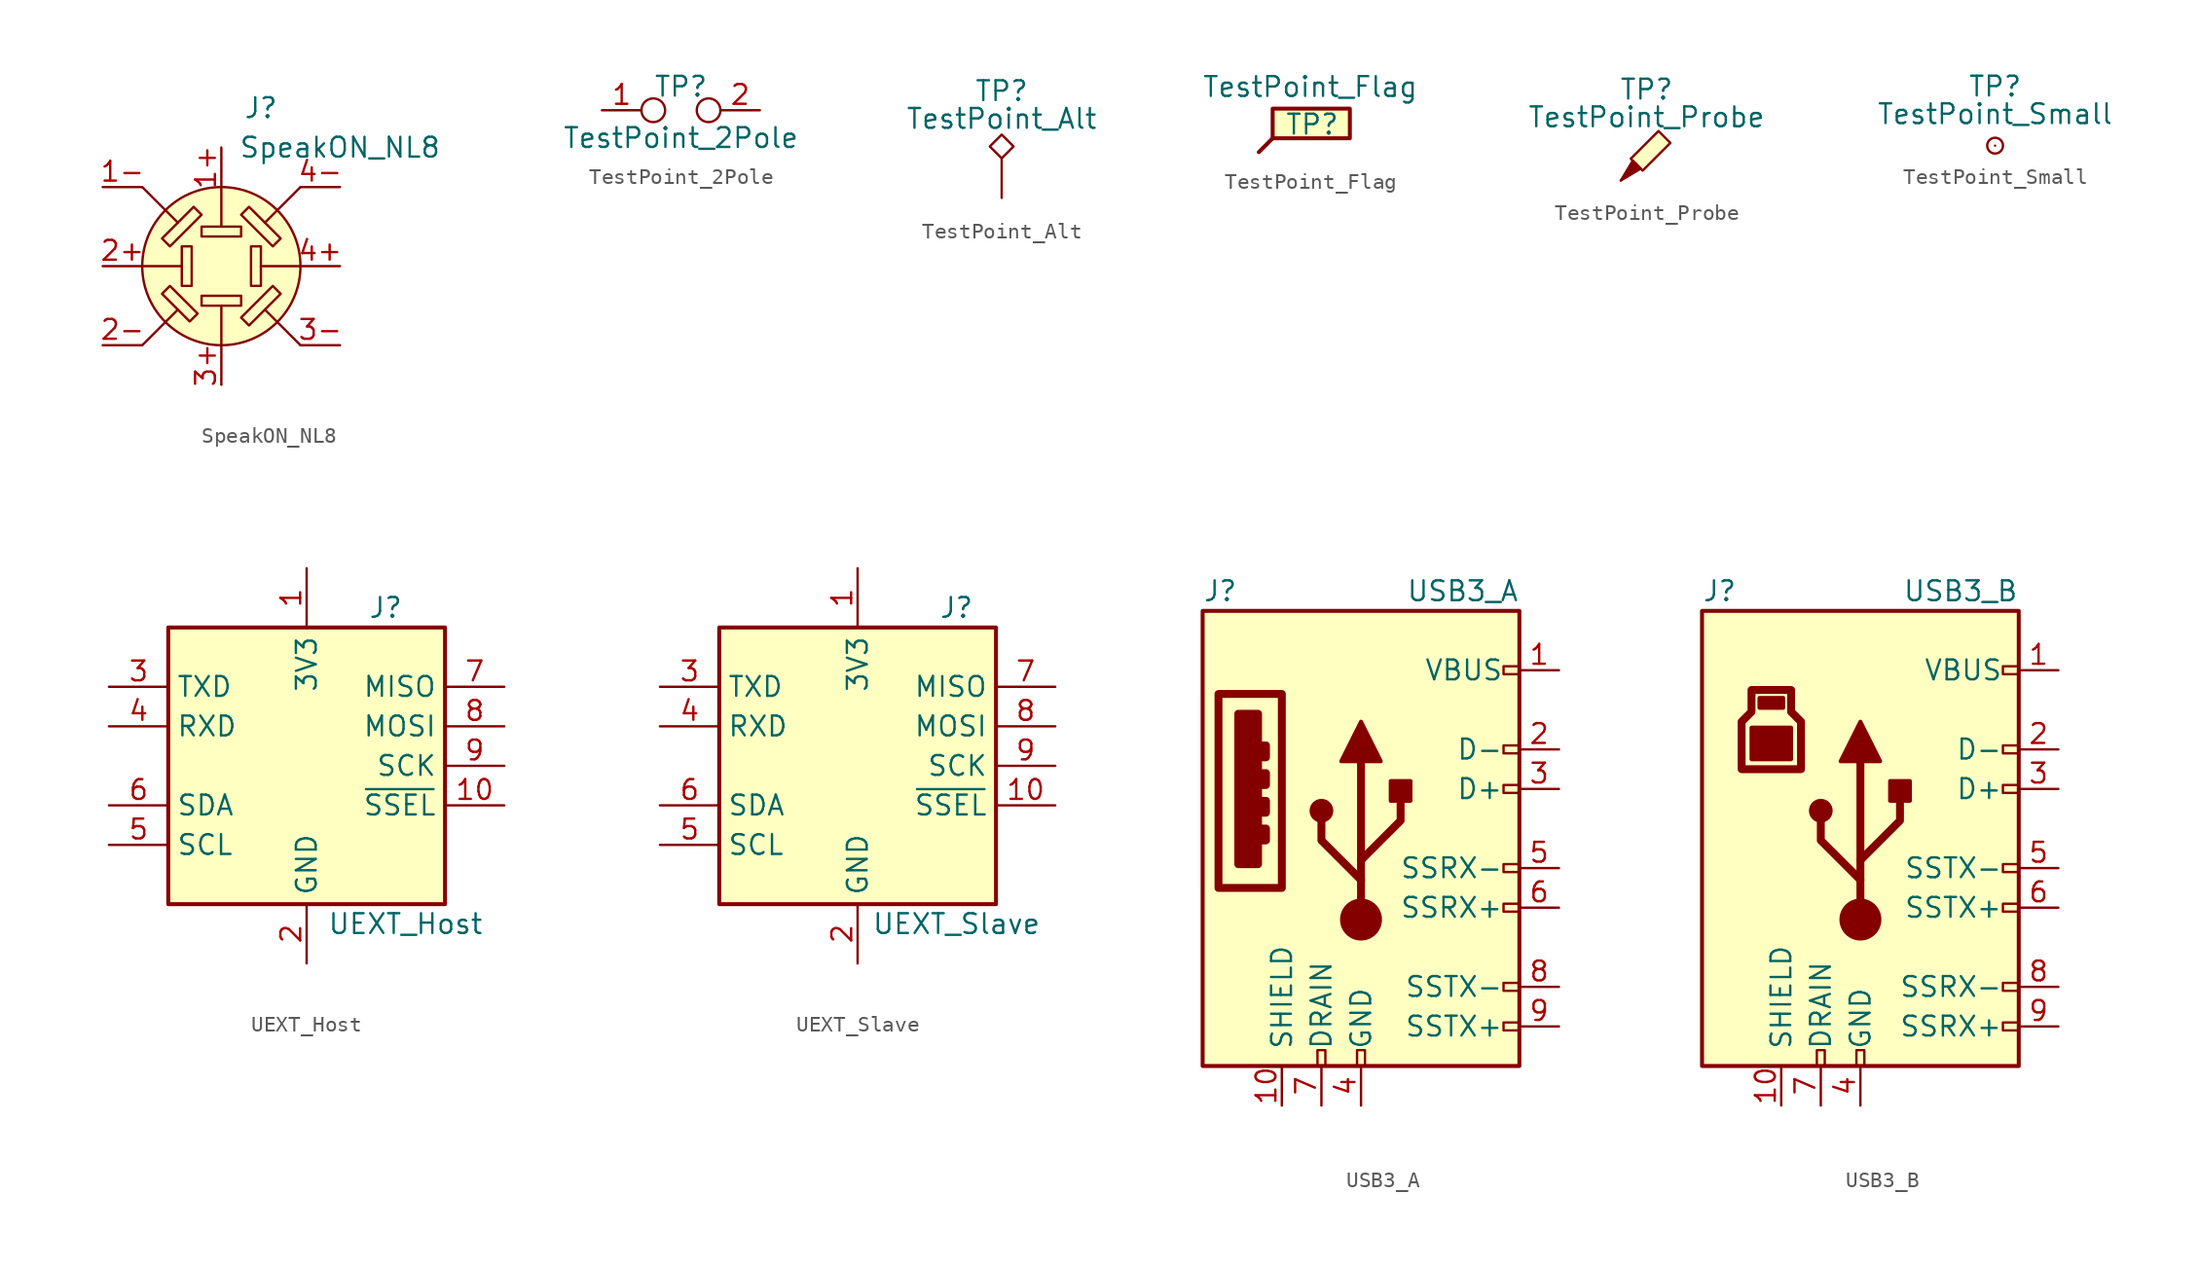
<source format=kicad_sym>
(kicad_symbol_lib
  (version 20220914)
  (generator kicad_symbol_editor)
  (symbol "SpeakON_NL8"
    (pin_names hide)
    (property "Reference" "J"
      (at 2.54 10.16 0)
      (effects (font (size 1.27 1.27))))
    (property "Value" "SpeakON_NL8"
      (at 7.62 7.62 0)
      (effects (font (size 1.27 1.27))))
    (symbol "SpeakON_NL8_0_1"
      (rectangle (start -2.54 1.27) (end -1.905 -1.27) (stroke (width 0) (type solid)) (fill (type none)))
      (rectangle (start -1.27 -2.54) (end 1.27 -1.905) (stroke (width 0) (type solid)) (fill (type none)))
      (rectangle (start -1.27 2.54) (end 1.27 1.905) (stroke (width 0) (type solid)) (fill (type none)))
      (polyline (pts (xy -5.08 -5.08) (xy -2.794 -2.794)) (stroke (width 0) (type solid)) (fill (type none)))
      (polyline (pts (xy -5.08 0) (xy -2.54 0)) (stroke (width 0) (type solid)) (fill (type none)))
      (polyline (pts (xy -2.794 2.794) (xy -5.08 5.08)) (stroke (width 0) (type solid)) (fill (type none)))
      (polyline (pts (xy 0 -5.08) (xy 0 -2.54)) (stroke (width 0) (type solid)) (fill (type none)))
      (polyline (pts (xy 0 5.08) (xy 0 2.54)) (stroke (width 0) (type solid)) (fill (type none)))
      (polyline (pts (xy 5.08 -5.08) (xy 2.794 -2.794)) (stroke (width 0) (type solid)) (fill (type none)))
      (polyline (pts (xy 5.08 0) (xy 2.54 0)) (stroke (width 0) (type solid)) (fill (type none)))
      (polyline (pts (xy 5.08 5.08) (xy 2.794 2.794)) (stroke (width 0) (type solid)) (fill (type none)))
      (polyline (pts (xy -3.302 -1.27) (xy -1.524 -3.048) (xy -2.032 -3.556) (xy -3.81 -1.778) (xy -3.302 -1.27)) (stroke (width 0) (type solid)) (fill (type none)))
      (polyline (pts (xy -1.27 3.302) (xy -3.302 1.27) (xy -3.81 1.778) (xy -1.778 3.81) (xy -1.27 3.302)) (stroke (width 0) (type solid)) (fill (type none)))
      (polyline (pts (xy 1.27 3.302) (xy 3.302 1.27) (xy 3.81 1.778) (xy 1.778 3.81) (xy 1.27 3.302)) (stroke (width 0) (type solid)) (fill (type none)))
      (polyline (pts (xy 3.302 -1.27) (xy 1.27 -3.302) (xy 1.778 -3.81) (xy 3.81 -1.778) (xy 3.302 -1.27)) (stroke (width 0) (type solid)) (fill (type none)))
      (circle (center 0 0) (radius 5.08) (stroke (width 0) (type solid)) (fill (type background)))
      (rectangle (start 2.54 1.27) (end 1.905 -1.27) (stroke (width 0) (type solid)) (fill (type none)))
      (pin passive line (at -7.62 5.08 0) (length 2.54) (name "1-" (effects (font (size 1.27 1.27)))) (number "1-" (effects (font (size 1.27 1.27)))))
      (pin passive line (at -7.62 0 0) (length 2.54) (name "2+" (effects (font (size 1.27 1.27)))) (number "2+" (effects (font (size 1.27 1.27)))))
      (pin passive line (at -7.62 -5.08 0) (length 2.54) (name "2-" (effects (font (size 1.27 1.27)))) (number "2-" (effects (font (size 1.27 1.27)))))
      (pin passive line (at 0 -7.62 90) (length 2.54) (name "3+" (effects (font (size 1.27 1.27)))) (number "3+" (effects (font (size 1.27 1.27)))))
      (pin passive line (at 7.62 -5.08 180) (length 2.54) (name "3-" (effects (font (size 1.27 1.27)))) (number "3-" (effects (font (size 1.27 1.27)))))
      (pin passive line (at 7.62 0 180) (length 2.54) (name "4+" (effects (font (size 1.27 1.27)))) (number "4+" (effects (font (size 1.27 1.27)))))
      (pin passive line (at 7.62 5.08 180) (length 2.54) (name "4-" (effects (font (size 1.27 1.27)))) (number "4-" (effects (font (size 1.27 1.27))))))
    (symbol "SpeakON_NL8_1_1"
      (pin passive line (at 0 7.62 270) (length 2.54) (name "1+" (effects (font (size 1.27 1.27)))) (number "1+" (effects (font (size 1.27 1.27)))))))
  (symbol "TestPoint_2Pole"
    (pin_names
      (offset 0.762) hide)
    (property "Reference" "TP"
      (at 0 1.524 0)
      (effects (font (size 1.27 1.27))))
    (property "Value" "TestPoint_2Pole"
      (at 0 -1.778 0)
      (effects (font (size 1.27 1.27))))
    (symbol "TestPoint_2Pole_0_1"
      (circle (center -1.778 0) (radius 0.762) (stroke (width 0) (type solid)) (fill (type none)))
      (circle (center 1.778 0) (radius 0.762) (stroke (width 0) (type solid)) (fill (type none)))
      (pin passive line (at -5.08 0 0) (length 2.54) (name "1" (effects (font (size 1.27 1.27)))) (number "1" (effects (font (size 1.27 1.27)))))
      (pin passive line (at 5.08 0 180) (length 2.54) (name "2" (effects (font (size 1.27 1.27)))) (number "2" (effects (font (size 1.27 1.27)))))))
  (symbol "TestPoint_Alt"
    (pin_numbers hide)
    (pin_names
      (offset 0.762) hide)
    (property "Reference" "TP"
      (at 0 6.858 0)
      (effects (font (size 1.27 1.27))))
    (property "Value" "TestPoint_Alt"
      (at 0 5.08 0)
      (effects (font (size 1.27 1.27))))
    (symbol "TestPoint_Alt_0_1"
      (polyline (pts (xy 0 2.54) (xy -0.762 3.302) (xy 0 4.064) (xy 0.762 3.302) (xy 0 2.54)) (stroke (width 0) (type solid)) (fill (type none))))
    (symbol "TestPoint_Alt_1_1"
      (pin passive line (at 0 0 90) (length 2.54) (name "1" (effects (font (size 1.27 1.27)))) (number "1" (effects (font (size 1.27 1.27)))))))
  (symbol "TestPoint_Flag"
    (pin_numbers hide)
    (pin_names
      (offset 0.762) hide)
    (property "Reference" "TP"
      (at 3.429 1.778 0)
      (effects (font (size 1.27 1.27))))
    (property "Value" "TestPoint_Flag"
      (at 3.302 4.191 0)
      (effects (font (size 1.27 1.27))))
    (symbol "TestPoint_Flag_0_1"
      (polyline (pts (xy 0 0) (xy 0.889 0.889)) (stroke (width 0.254) (type solid)) (fill (type none)))
      (rectangle (start 0.889 2.794) (end 5.842 0.889) (stroke (width 0.254) (type solid)) (fill (type background))))
    (symbol "TestPoint_Flag_1_1"
      (pin passive line (at 0 0 90) (length 0) (name "1" (effects (font (size 1.27 1.27)))) (number "1" (effects (font (size 1.27 1.27)))))))
  (symbol "TestPoint_Probe"
    (pin_numbers hide)
    (pin_names
      (offset 0.762) hide)
    (property "Reference" "TP"
      (at 1.651 5.842 0)
      (effects (font (size 1.27 1.27))))
    (property "Value" "TestPoint_Probe"
      (at 1.651 4.064 0)
      (effects (font (size 1.27 1.27))))
    (symbol "TestPoint_Probe_0_1"
      (polyline (pts (xy 1.27 0.762) (xy 0 0) (xy 0.762 1.27) (xy 1.27 0.762)) (stroke (width 0) (type solid)) (fill (type outline)))
      (polyline (pts (xy 1.397 0.635) (xy 0.635 1.397) (xy 2.413 3.175) (xy 3.175 2.413) (xy 1.397 0.635)) (stroke (width 0) (type solid)) (fill (type background))))
    (symbol "TestPoint_Probe_1_1"
      (pin passive line (at 0 0 90) (length 0) (name "1" (effects (font (size 1.27 1.27)))) (number "1" (effects (font (size 1.27 1.27)))))))
  (symbol "TestPoint_Small"
    (pin_numbers hide)
    (pin_names
      (offset 0.762) hide)
    (property "Reference" "TP"
      (at 0 3.81 0)
      (effects (font (size 1.27 1.27))))
    (property "Value" "TestPoint_Small"
      (at 0 2.032 0)
      (effects (font (size 1.27 1.27))))
    (symbol "TestPoint_Small_0_1"
      (circle (center 0 0) (radius 0.508) (stroke (width 0) (type solid)) (fill (type none))))
    (symbol "TestPoint_Small_1_1"
      (pin passive line (at 0 0 90) (length 0) (name "1" (effects (font (size 1.27 1.27)))) (number "1" (effects (font (size 1.27 1.27)))))))
  (symbol "UEXT_Host"
    (property "Reference" "J"
      (at 5.08 10.16 0)
      (effects (font (size 1.27 1.27))))
    (property "Value" "UEXT_Host"
      (at 6.35 -10.16 0)
      (effects (font (size 1.27 1.27))))
    (symbol "UEXT_Host_1_1"
      (rectangle (start -8.89 8.89) (end 8.89 -8.89) (stroke (width 0.254) (type solid)) (fill (type background)))
      (pin power_in line (at 0 12.7 270) (length 3.81) (name "3V3" (effects (font (size 1.27 1.27)))) (number "1" (effects (font (size 1.27 1.27)))))
      (pin output line (at 12.7 -2.54 180) (length 3.81) (name "~{SSEL}" (effects (font (size 1.27 1.27)))) (number "10" (effects (font (size 1.27 1.27)))))
      (pin power_in line (at 0 -12.7 90) (length 3.81) (name "GND" (effects (font (size 1.27 1.27)))) (number "2" (effects (font (size 1.27 1.27)))))
      (pin output line (at -12.7 5.08 0) (length 3.81) (name "TXD" (effects (font (size 1.27 1.27)))) (number "3" (effects (font (size 1.27 1.27)))))
      (pin input line (at -12.7 2.54 0) (length 3.81) (name "RXD" (effects (font (size 1.27 1.27)))) (number "4" (effects (font (size 1.27 1.27)))))
      (pin output line (at -12.7 -5.08 0) (length 3.81) (name "SCL" (effects (font (size 1.27 1.27)))) (number "5" (effects (font (size 1.27 1.27)))))
      (pin bidirectional line (at -12.7 -2.54 0) (length 3.81) (name "SDA" (effects (font (size 1.27 1.27)))) (number "6" (effects (font (size 1.27 1.27)))))
      (pin output line (at 12.7 5.08 180) (length 3.81) (name "MISO" (effects (font (size 1.27 1.27)))) (number "7" (effects (font (size 1.27 1.27)))))
      (pin input line (at 12.7 2.54 180) (length 3.81) (name "MOSI" (effects (font (size 1.27 1.27)))) (number "8" (effects (font (size 1.27 1.27)))))
      (pin output line (at 12.7 0 180) (length 3.81) (name "SCK" (effects (font (size 1.27 1.27)))) (number "9" (effects (font (size 1.27 1.27)))))))
  (symbol "UEXT_Slave"
    (property "Reference" "J"
      (at 6.35 10.16 0)
      (effects (font (size 1.27 1.27))))
    (property "Value" "UEXT_Slave"
      (at 6.35 -10.16 0)
      (effects (font (size 1.27 1.27))))
    (symbol "UEXT_Slave_1_1"
      (rectangle (start -8.89 8.89) (end 8.89 -8.89) (stroke (width 0.254) (type solid)) (fill (type background)))
      (pin power_out line (at 0 12.7 270) (length 3.81) (name "3V3" (effects (font (size 1.27 1.27)))) (number "1" (effects (font (size 1.27 1.27)))))
      (pin input line (at 12.7 -2.54 180) (length 3.81) (name "~{SSEL}" (effects (font (size 1.27 1.27)))) (number "10" (effects (font (size 1.27 1.27)))))
      (pin power_in line (at 0 -12.7 90) (length 3.81) (name "GND" (effects (font (size 1.27 1.27)))) (number "2" (effects (font (size 1.27 1.27)))))
      (pin input line (at -12.7 5.08 0) (length 3.81) (name "TXD" (effects (font (size 1.27 1.27)))) (number "3" (effects (font (size 1.27 1.27)))))
      (pin output line (at -12.7 2.54 0) (length 3.81) (name "RXD" (effects (font (size 1.27 1.27)))) (number "4" (effects (font (size 1.27 1.27)))))
      (pin input line (at -12.7 -5.08 0) (length 3.81) (name "SCL" (effects (font (size 1.27 1.27)))) (number "5" (effects (font (size 1.27 1.27)))))
      (pin bidirectional line (at -12.7 -2.54 0) (length 3.81) (name "SDA" (effects (font (size 1.27 1.27)))) (number "6" (effects (font (size 1.27 1.27)))))
      (pin input line (at 12.7 5.08 180) (length 3.81) (name "MISO" (effects (font (size 1.27 1.27)))) (number "7" (effects (font (size 1.27 1.27)))))
      (pin output line (at 12.7 2.54 180) (length 3.81) (name "MOSI" (effects (font (size 1.27 1.27)))) (number "8" (effects (font (size 1.27 1.27)))))
      (pin input line (at 12.7 0 180) (length 3.81) (name "SCK" (effects (font (size 1.27 1.27)))) (number "9" (effects (font (size 1.27 1.27)))))))
  (symbol "USB3_A"
    (pin_names
      (offset 1.016))
    (property "Reference" "J"
      (at -10.16 15.24 0)
      (effects (font (size 1.27 1.27)) (justify left)))
    (property "Value" "USB3_A"
      (at 10.16 15.24 0)
      (effects (font (size 1.27 1.27)) (justify right)))
    (symbol "USB3_A_0_0"
      (rectangle (start -9.144 8.636) (end -5.08 -3.81) (stroke (width 0.508) (type solid)) (fill (type none)))
      (rectangle (start -7.874 7.366) (end -6.604 -2.286) (stroke (width 0.508) (type solid)) (fill (type outline)))
      (rectangle (start -6.35 0) (end -6.096 -0.762) (stroke (width 0.508) (type solid)) (fill (type none)))
      (rectangle (start -6.35 1.778) (end -6.096 1.016) (stroke (width 0.508) (type solid)) (fill (type none)))
      (rectangle (start -6.35 3.556) (end -6.096 2.794) (stroke (width 0.508) (type solid)) (fill (type none)))
      (rectangle (start -6.35 5.334) (end -6.096 4.572) (stroke (width 0.508) (type solid)) (fill (type none)))
      (rectangle (start -2.794 -15.24) (end -2.286 -14.224) (stroke (width 0) (type solid)) (fill (type none)))
      (rectangle (start -0.254 -15.24) (end 0.254 -14.224) (stroke (width 0) (type solid)) (fill (type none)))
      (rectangle (start 10.16 -12.446) (end 9.144 -12.954) (stroke (width 0) (type solid)) (fill (type none)))
      (rectangle (start 10.16 -9.906) (end 9.144 -10.414) (stroke (width 0) (type solid)) (fill (type none)))
      (rectangle (start 10.16 -4.826) (end 9.144 -5.334) (stroke (width 0) (type solid)) (fill (type none)))
      (rectangle (start 10.16 -2.286) (end 9.144 -2.794) (stroke (width 0) (type solid)) (fill (type none)))
      (rectangle (start 10.16 2.794) (end 9.144 2.286) (stroke (width 0) (type solid)) (fill (type none)))
      (rectangle (start 10.16 5.334) (end 9.144 4.826) (stroke (width 0) (type solid)) (fill (type none)))
      (rectangle (start 10.16 10.414) (end 9.144 9.906) (stroke (width 0) (type solid)) (fill (type none))))
    (symbol "USB3_A_0_1"
      (rectangle (start -10.16 13.97) (end 10.16 -15.24) (stroke (width 0.254) (type solid)) (fill (type background))))
    (symbol "USB3_A_1_1"
      (circle (center -2.54 1.143) (radius 0.635) (stroke (width 0.254) (type solid)) (fill (type outline)))
      (circle (center 0 -5.842) (radius 1.27) (stroke (width 0) (type solid)) (fill (type outline)))
      (polyline (pts (xy 0 -5.842) (xy 0 4.318)) (stroke (width 0.508) (type solid)) (fill (type none)))
      (polyline (pts (xy 0 -3.302) (xy -2.54 -0.762) (xy -2.54 0.508)) (stroke (width 0.508) (type solid)) (fill (type none)))
      (polyline (pts (xy 0 -2.032) (xy 2.54 0.508) (xy 2.54 1.778)) (stroke (width 0.508) (type solid)) (fill (type none)))
      (polyline (pts (xy -1.27 4.318) (xy 0 6.858) (xy 1.27 4.318) (xy -1.27 4.318)) (stroke (width 0.254) (type solid)) (fill (type outline)))
      (rectangle (start 1.905 1.778) (end 3.175 3.048) (stroke (width 0.254) (type solid)) (fill (type outline)))
      (pin power_in line (at 12.7 10.16 180) (length 2.54) (name "VBUS" (effects (font (size 1.27 1.27)))) (number "1" (effects (font (size 1.27 1.27)))))
      (pin passive line (at -5.08 -17.78 90) (length 2.54) (name "SHIELD" (effects (font (size 1.27 1.27)))) (number "10" (effects (font (size 1.27 1.27)))))
      (pin bidirectional line (at 12.7 5.08 180) (length 2.54) (name "D-" (effects (font (size 1.27 1.27)))) (number "2" (effects (font (size 1.27 1.27)))))
      (pin bidirectional line (at 12.7 2.54 180) (length 2.54) (name "D+" (effects (font (size 1.27 1.27)))) (number "3" (effects (font (size 1.27 1.27)))))
      (pin power_in line (at 0 -17.78 90) (length 2.54) (name "GND" (effects (font (size 1.27 1.27)))) (number "4" (effects (font (size 1.27 1.27)))))
      (pin output line (at 12.7 -2.54 180) (length 2.54) (name "SSRX-" (effects (font (size 1.27 1.27)))) (number "5" (effects (font (size 1.27 1.27)))))
      (pin output line (at 12.7 -5.08 180) (length 2.54) (name "SSRX+" (effects (font (size 1.27 1.27)))) (number "6" (effects (font (size 1.27 1.27)))))
      (pin passive line (at -2.54 -17.78 90) (length 2.54) (name "DRAIN" (effects (font (size 1.27 1.27)))) (number "7" (effects (font (size 1.27 1.27)))))
      (pin input line (at 12.7 -10.16 180) (length 2.54) (name "SSTX-" (effects (font (size 1.27 1.27)))) (number "8" (effects (font (size 1.27 1.27)))))
      (pin input line (at 12.7 -12.7 180) (length 2.54) (name "SSTX+" (effects (font (size 1.27 1.27)))) (number "9" (effects (font (size 1.27 1.27)))))))
  (symbol "USB3_B"
    (pin_names
      (offset 1.016))
    (property "Reference" "J"
      (at -10.16 15.24 0)
      (effects (font (size 1.27 1.27)) (justify left)))
    (property "Value" "USB3_B"
      (at 10.16 15.24 0)
      (effects (font (size 1.27 1.27)) (justify right)))
    (symbol "USB3_B_0_0"
      (rectangle (start -2.794 -15.24) (end -2.286 -14.224) (stroke (width 0) (type solid)) (fill (type none)))
      (rectangle (start -0.254 -15.24) (end 0.254 -14.224) (stroke (width 0) (type solid)) (fill (type none)))
      (rectangle (start 10.16 -12.446) (end 9.144 -12.954) (stroke (width 0) (type solid)) (fill (type none)))
      (rectangle (start 10.16 -9.906) (end 9.144 -10.414) (stroke (width 0) (type solid)) (fill (type none)))
      (rectangle (start 10.16 -4.826) (end 9.144 -5.334) (stroke (width 0) (type solid)) (fill (type none)))
      (rectangle (start 10.16 -2.286) (end 9.144 -2.794) (stroke (width 0) (type solid)) (fill (type none)))
      (rectangle (start 10.16 2.794) (end 9.144 2.286) (stroke (width 0) (type solid)) (fill (type none)))
      (rectangle (start 10.16 5.334) (end 9.144 4.826) (stroke (width 0) (type solid)) (fill (type none)))
      (rectangle (start 10.16 10.414) (end 9.144 9.906) (stroke (width 0) (type solid)) (fill (type none))))
    (symbol "USB3_B_0_1"
      (rectangle (start -10.16 13.97) (end 10.16 -15.24) (stroke (width 0.254) (type solid)) (fill (type background)))
      (rectangle (start -6.477 8.382) (end -4.953 7.747) (stroke (width 0.254) (type solid)) (fill (type outline)))
      (rectangle (start -4.445 4.445) (end -6.985 6.477) (stroke (width 0.254) (type solid)) (fill (type outline)))
      (polyline (pts (xy -6.985 8.89) (xy -6.985 7.493) (xy -7.62 6.858) (xy -7.62 3.81) (xy -3.81 3.81) (xy -3.81 6.858) (xy -4.445 7.493) (xy -4.445 8.89) (xy -6.858 8.89) (xy -6.985 8.89)) (stroke (width 0.508) (type solid)) (fill (type none))))
    (symbol "USB3_B_1_1"
      (circle (center -2.54 1.143) (radius 0.635) (stroke (width 0.254) (type solid)) (fill (type outline)))
      (circle (center 0 -5.842) (radius 1.27) (stroke (width 0) (type solid)) (fill (type outline)))
      (polyline (pts (xy 0 -5.842) (xy 0 4.318)) (stroke (width 0.508) (type solid)) (fill (type none)))
      (polyline (pts (xy 0 -3.302) (xy -2.54 -0.762) (xy -2.54 0.508)) (stroke (width 0.508) (type solid)) (fill (type none)))
      (polyline (pts (xy 0 -2.032) (xy 2.54 0.508) (xy 2.54 1.778)) (stroke (width 0.508) (type solid)) (fill (type none)))
      (polyline (pts (xy -1.27 4.318) (xy 0 6.858) (xy 1.27 4.318) (xy -1.27 4.318)) (stroke (width 0.254) (type solid)) (fill (type outline)))
      (rectangle (start 1.905 1.778) (end 3.175 3.048) (stroke (width 0.254) (type solid)) (fill (type outline)))
      (pin power_out line (at 12.7 10.16 180) (length 2.54) (name "VBUS" (effects (font (size 1.27 1.27)))) (number "1" (effects (font (size 1.27 1.27)))))
      (pin passive line (at -5.08 -17.78 90) (length 2.54) (name "SHIELD" (effects (font (size 1.27 1.27)))) (number "10" (effects (font (size 1.27 1.27)))))
      (pin bidirectional line (at 12.7 5.08 180) (length 2.54) (name "D-" (effects (font (size 1.27 1.27)))) (number "2" (effects (font (size 1.27 1.27)))))
      (pin bidirectional line (at 12.7 2.54 180) (length 2.54) (name "D+" (effects (font (size 1.27 1.27)))) (number "3" (effects (font (size 1.27 1.27)))))
      (pin power_out line (at 0 -17.78 90) (length 2.54) (name "GND" (effects (font (size 1.27 1.27)))) (number "4" (effects (font (size 1.27 1.27)))))
      (pin output line (at 12.7 -2.54 180) (length 2.54) (name "SSTX-" (effects (font (size 1.27 1.27)))) (number "5" (effects (font (size 1.27 1.27)))))
      (pin output line (at 12.7 -5.08 180) (length 2.54) (name "SSTX+" (effects (font (size 1.27 1.27)))) (number "6" (effects (font (size 1.27 1.27)))))
      (pin passive line (at -2.54 -17.78 90) (length 2.54) (name "DRAIN" (effects (font (size 1.27 1.27)))) (number "7" (effects (font (size 1.27 1.27)))))
      (pin input line (at 12.7 -10.16 180) (length 2.54) (name "SSRX-" (effects (font (size 1.27 1.27)))) (number "8" (effects (font (size 1.27 1.27)))))
      (pin input line (at 12.7 -12.7 180) (length 2.54) (name "SSRX+" (effects (font (size 1.27 1.27)))) (number "9" (effects (font (size 1.27 1.27))))))))
</source>
